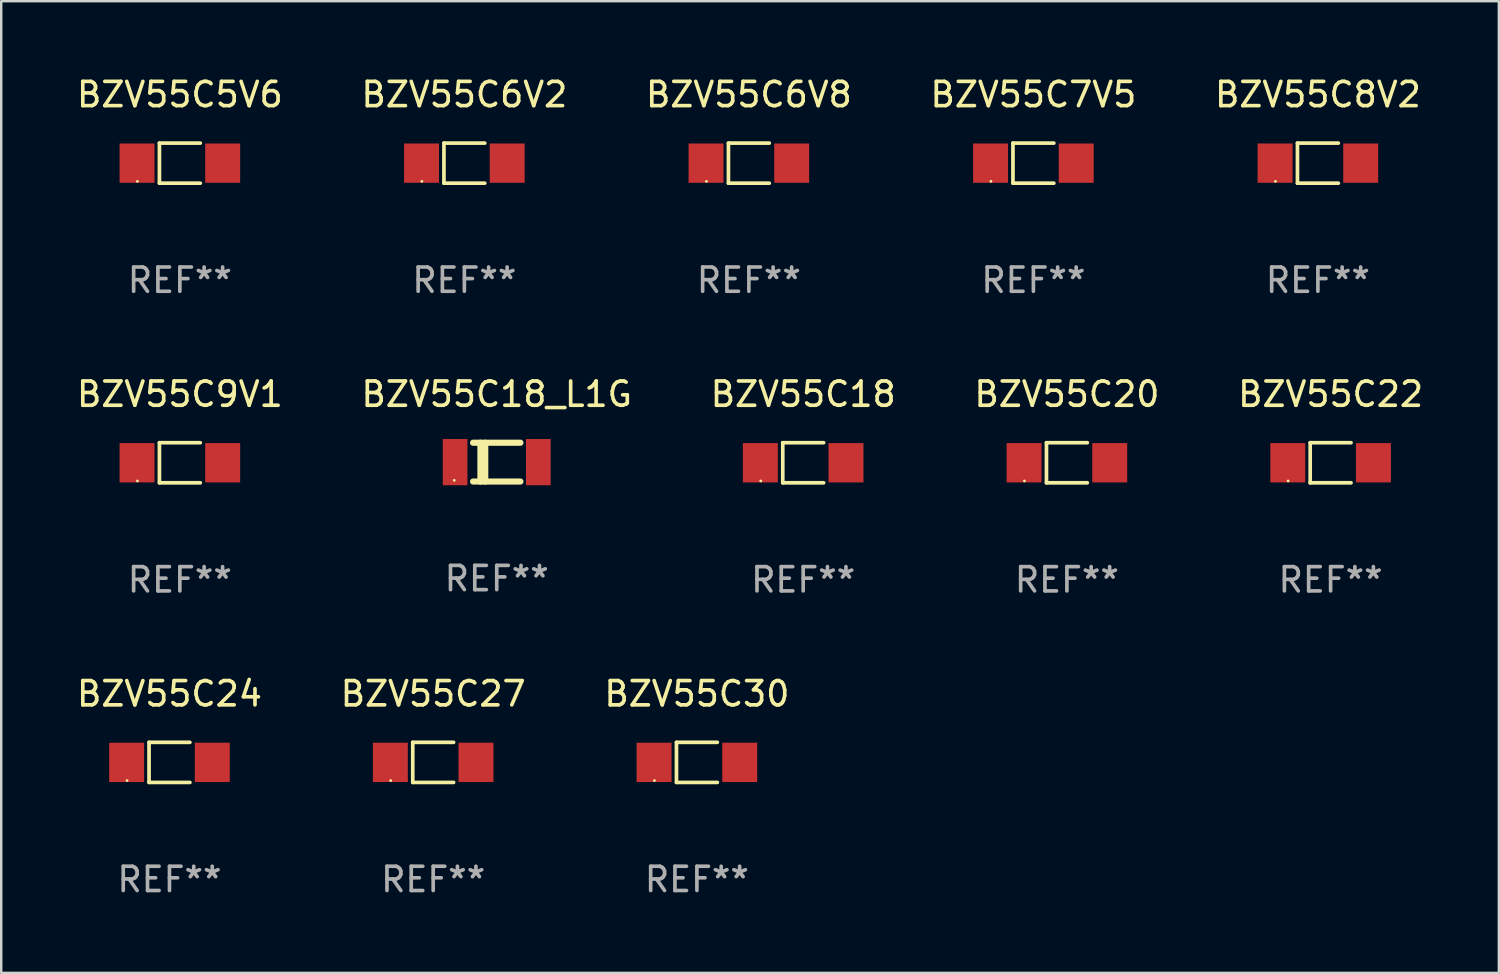
<source format=kicad_pcb>
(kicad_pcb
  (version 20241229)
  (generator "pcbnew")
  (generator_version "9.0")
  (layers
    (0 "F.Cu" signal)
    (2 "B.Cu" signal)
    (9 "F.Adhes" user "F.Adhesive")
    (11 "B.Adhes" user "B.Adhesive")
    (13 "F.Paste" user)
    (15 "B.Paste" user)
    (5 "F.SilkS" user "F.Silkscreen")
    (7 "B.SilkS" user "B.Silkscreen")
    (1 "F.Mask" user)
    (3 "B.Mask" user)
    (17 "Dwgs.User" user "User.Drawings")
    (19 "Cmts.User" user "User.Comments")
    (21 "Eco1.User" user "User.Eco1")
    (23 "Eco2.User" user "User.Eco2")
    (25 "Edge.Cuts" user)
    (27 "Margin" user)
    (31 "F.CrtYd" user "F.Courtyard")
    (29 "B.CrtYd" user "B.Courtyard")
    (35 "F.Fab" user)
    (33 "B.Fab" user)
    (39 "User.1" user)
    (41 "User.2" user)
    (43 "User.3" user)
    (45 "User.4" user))
  (footprint "BZV55C7V5"
    (layer "F.Cu")
    (at 39.542 3.674)
    (property "Reference" "BZV55C7V5" (at 0 -2.826 0) (layer "F.SilkS") (effects (font (size 1 1) (thickness 0.15))))
    (attr through_hole)
    (fp_line (start -0.842 -0.826) (end -0.842 0.826) (stroke (width 0.152) (type solid)) (layer "F.SilkS"))
    (fp_line (start -0.842 -0.826) (end 0.842 -0.826) (stroke (width 0.152) (type solid)) (layer "F.SilkS"))
    (fp_line (start -0.842 0.826) (end 0.842 0.826) (stroke (width 0.152) (type solid)) (layer "F.SilkS"))
    (fp_circle (center -1.75 0.75) (end -1.72 0.75) (stroke (width 0.06) (type solid)) (fill no) (layer "F.SilkS"))
    (fp_text user "REF**" (at 0 4.826 0) (layer "F.Fab") (effects (font (size 1 1) (thickness 0.15))))
    (pad "1" smd rect (at -1.765 0) (size 1.44 1.62) (layers "F.Cu" "F.Mask" "F.Paste"))
    (pad "2" smd rect (at 1.765 0) (size 1.44 1.62) (layers "F.Cu" "F.Mask" "F.Paste")))
  (footprint "BZV55C27"
    (layer "F.Cu")
    (at 14.804 28.372)
    (property "Reference" "BZV55C27" (at 0 -2.826 0) (layer "F.SilkS") (effects (font (size 1 1) (thickness 0.15))))
    (attr through_hole)
    (fp_line (start -0.842 -0.826) (end -0.842 0.826) (stroke (width 0.152) (type solid)) (layer "F.SilkS"))
    (fp_line (start -0.842 -0.826) (end 0.842 -0.826) (stroke (width 0.152) (type solid)) (layer "F.SilkS"))
    (fp_line (start -0.842 0.826) (end 0.842 0.826) (stroke (width 0.152) (type solid)) (layer "F.SilkS"))
    (fp_circle (center -1.75 0.75) (end -1.72 0.75) (stroke (width 0.06) (type solid)) (fill no) (layer "F.SilkS"))
    (fp_text user "REF**" (at 0 4.826 0) (layer "F.Fab") (effects (font (size 1 1) (thickness 0.15))))
    (pad "1" smd rect (at -1.765 0) (size 1.44 1.62) (layers "F.Cu" "F.Mask" "F.Paste"))
    (pad "2" smd rect (at 1.765 0) (size 1.44 1.62) (layers "F.Cu" "F.Mask" "F.Paste")))
  (footprint "BZV55C6V8"
    (layer "F.Cu")
    (at 27.815 3.674)
    (property "Reference" "BZV55C6V8" (at 0 -2.826 0) (layer "F.SilkS") (effects (font (size 1 1) (thickness 0.15))))
    (attr through_hole)
    (fp_line (start -0.842 -0.826) (end -0.842 0.826) (stroke (width 0.152) (type solid)) (layer "F.SilkS"))
    (fp_line (start -0.842 -0.826) (end 0.842 -0.826) (stroke (width 0.152) (type solid)) (layer "F.SilkS"))
    (fp_line (start -0.842 0.826) (end 0.842 0.826) (stroke (width 0.152) (type solid)) (layer "F.SilkS"))
    (fp_circle (center -1.75 0.75) (end -1.72 0.75) (stroke (width 0.06) (type solid)) (fill no) (layer "F.SilkS"))
    (fp_text user "REF**" (at 0 4.826 0) (layer "F.Fab") (effects (font (size 1 1) (thickness 0.15))))
    (pad "1" smd rect (at -1.765 0) (size 1.44 1.62) (layers "F.Cu" "F.Mask" "F.Paste"))
    (pad "2" smd rect (at 1.765 0) (size 1.44 1.62) (layers "F.Cu" "F.Mask" "F.Paste")))
  (footprint "BZV55C24"
    (layer "F.Cu")
    (at 3.935 28.372)
    (property "Reference" "BZV55C24" (at 0 -2.826 0) (layer "F.SilkS") (effects (font (size 1 1) (thickness 0.15))))
    (attr through_hole)
    (fp_line (start -0.842 -0.826) (end -0.842 0.826) (stroke (width 0.152) (type solid)) (layer "F.SilkS"))
    (fp_line (start -0.842 -0.826) (end 0.842 -0.826) (stroke (width 0.152) (type solid)) (layer "F.SilkS"))
    (fp_line (start -0.842 0.826) (end 0.842 0.826) (stroke (width 0.152) (type solid)) (layer "F.SilkS"))
    (fp_circle (center -1.75 0.75) (end -1.72 0.75) (stroke (width 0.06) (type solid)) (fill no) (layer "F.SilkS"))
    (fp_text user "REF**" (at 0 4.826 0) (layer "F.Fab") (effects (font (size 1 1) (thickness 0.15))))
    (pad "1" smd rect (at -1.765 0) (size 1.44 1.62) (layers "F.Cu" "F.Mask" "F.Paste"))
    (pad "2" smd rect (at 1.765 0) (size 1.44 1.62) (layers "F.Cu" "F.Mask" "F.Paste")))
  (footprint "BZV55C9V1"
    (layer "F.Cu")
    (at 4.363 16.023)
    (property "Reference" "BZV55C9V1" (at 0 -2.826 0) (layer "F.SilkS") (effects (font (size 1 1) (thickness 0.15))))
    (attr through_hole)
    (fp_line (start -0.842 -0.826) (end -0.842 0.826) (stroke (width 0.152) (type solid)) (layer "F.SilkS"))
    (fp_line (start -0.842 -0.826) (end 0.842 -0.826) (stroke (width 0.152) (type solid)) (layer "F.SilkS"))
    (fp_line (start -0.842 0.826) (end 0.842 0.826) (stroke (width 0.152) (type solid)) (layer "F.SilkS"))
    (fp_circle (center -1.75 0.75) (end -1.72 0.75) (stroke (width 0.06) (type solid)) (fill no) (layer "F.SilkS"))
    (fp_text user "REF**" (at 0 4.826 0) (layer "F.Fab") (effects (font (size 1 1) (thickness 0.15))))
    (pad "1" smd rect (at -1.765 0) (size 1.44 1.62) (layers "F.Cu" "F.Mask" "F.Paste"))
    (pad "2" smd rect (at 1.765 0) (size 1.44 1.62) (layers "F.Cu" "F.Mask" "F.Paste")))
  (footprint "BZV55C6V2"
    (layer "F.Cu")
    (at 16.089 3.674)
    (property "Reference" "BZV55C6V2" (at 0 -2.826 0) (layer "F.SilkS") (effects (font (size 1 1) (thickness 0.15))))
    (attr through_hole)
    (fp_line (start -0.842 -0.826) (end -0.842 0.826) (stroke (width 0.152) (type solid)) (layer "F.SilkS"))
    (fp_line (start -0.842 -0.826) (end 0.842 -0.826) (stroke (width 0.152) (type solid)) (layer "F.SilkS"))
    (fp_line (start -0.842 0.826) (end 0.842 0.826) (stroke (width 0.152) (type solid)) (layer "F.SilkS"))
    (fp_circle (center -1.75 0.75) (end -1.72 0.75) (stroke (width 0.06) (type solid)) (fill no) (layer "F.SilkS"))
    (fp_text user "REF**" (at 0 4.826 0) (layer "F.Fab") (effects (font (size 1 1) (thickness 0.15))))
    (pad "1" smd rect (at -1.765 0) (size 1.44 1.62) (layers "F.Cu" "F.Mask" "F.Paste"))
    (pad "2" smd rect (at 1.765 0) (size 1.44 1.62) (layers "F.Cu" "F.Mask" "F.Paste")))
  (footprint "BZV55C20"
    (layer "F.Cu")
    (at 40.923 16.023)
    (property "Reference" "BZV55C20" (at 0 -2.826 0) (layer "F.SilkS") (effects (font (size 1 1) (thickness 0.15))))
    (attr through_hole)
    (fp_line (start -0.842 -0.826) (end -0.842 0.826) (stroke (width 0.152) (type solid)) (layer "F.SilkS"))
    (fp_line (start -0.842 -0.826) (end 0.842 -0.826) (stroke (width 0.152) (type solid)) (layer "F.SilkS"))
    (fp_line (start -0.842 0.826) (end 0.842 0.826) (stroke (width 0.152) (type solid)) (layer "F.SilkS"))
    (fp_circle (center -1.75 0.75) (end -1.72 0.75) (stroke (width 0.06) (type solid)) (fill no) (layer "F.SilkS"))
    (fp_text user "REF**" (at 0 4.826 0) (layer "F.Fab") (effects (font (size 1 1) (thickness 0.15))))
    (pad "1" smd rect (at -1.765 0) (size 1.44 1.62) (layers "F.Cu" "F.Mask" "F.Paste"))
    (pad "2" smd rect (at 1.765 0) (size 1.44 1.62) (layers "F.Cu" "F.Mask" "F.Paste")))
  (footprint "BZV55C30"
    (layer "F.Cu")
    (at 25.673 28.372)
    (property "Reference" "BZV55C30" (at 0 -2.826 0) (layer "F.SilkS") (effects (font (size 1 1) (thickness 0.15))))
    (attr through_hole)
    (fp_line (start -0.842 -0.826) (end -0.842 0.826) (stroke (width 0.152) (type solid)) (layer "F.SilkS"))
    (fp_line (start -0.842 -0.826) (end 0.842 -0.826) (stroke (width 0.152) (type solid)) (layer "F.SilkS"))
    (fp_line (start -0.842 0.826) (end 0.842 0.826) (stroke (width 0.152) (type solid)) (layer "F.SilkS"))
    (fp_circle (center -1.75 0.75) (end -1.72 0.75) (stroke (width 0.06) (type solid)) (fill no) (layer "F.SilkS"))
    (fp_text user "REF**" (at 0 4.826 0) (layer "F.Fab") (effects (font (size 1 1) (thickness 0.15))))
    (pad "1" smd rect (at -1.765 0) (size 1.44 1.62) (layers "F.Cu" "F.Mask" "F.Paste"))
    (pad "2" smd rect (at 1.765 0) (size 1.44 1.62) (layers "F.Cu" "F.Mask" "F.Paste")))
  (footprint "BZV55C5V6"
    (layer "F.Cu")
    (at 4.363 3.674)
    (property "Reference" "BZV55C5V6" (at 0 -2.826 0) (layer "F.SilkS") (effects (font (size 1 1) (thickness 0.15))))
    (attr through_hole)
    (fp_line (start -0.842 -0.826) (end -0.842 0.826) (stroke (width 0.152) (type solid)) (layer "F.SilkS"))
    (fp_line (start -0.842 -0.826) (end 0.842 -0.826) (stroke (width 0.152) (type solid)) (layer "F.SilkS"))
    (fp_line (start -0.842 0.826) (end 0.842 0.826) (stroke (width 0.152) (type solid)) (layer "F.SilkS"))
    (fp_circle (center -1.75 0.75) (end -1.72 0.75) (stroke (width 0.06) (type solid)) (fill no) (layer "F.SilkS"))
    (fp_text user "REF**" (at 0 4.826 0) (layer "F.Fab") (effects (font (size 1 1) (thickness 0.15))))
    (pad "1" smd rect (at -1.765 0) (size 1.44 1.62) (layers "F.Cu" "F.Mask" "F.Paste"))
    (pad "2" smd rect (at 1.765 0) (size 1.44 1.62) (layers "F.Cu" "F.Mask" "F.Paste")))
  (footprint "BZV55C8V2"
    (layer "F.Cu")
    (at 51.268 3.674)
    (property "Reference" "BZV55C8V2" (at 0 -2.826 0) (layer "F.SilkS") (effects (font (size 1 1) (thickness 0.15))))
    (attr through_hole)
    (fp_line (start -0.842 -0.826) (end -0.842 0.826) (stroke (width 0.152) (type solid)) (layer "F.SilkS"))
    (fp_line (start -0.842 -0.826) (end 0.842 -0.826) (stroke (width 0.152) (type solid)) (layer "F.SilkS"))
    (fp_line (start -0.842 0.826) (end 0.842 0.826) (stroke (width 0.152) (type solid)) (layer "F.SilkS"))
    (fp_circle (center -1.75 0.75) (end -1.72 0.75) (stroke (width 0.06) (type solid)) (fill no) (layer "F.SilkS"))
    (fp_text user "REF**" (at 0 4.826 0) (layer "F.Fab") (effects (font (size 1 1) (thickness 0.15))))
    (pad "1" smd rect (at -1.765 0) (size 1.44 1.62) (layers "F.Cu" "F.Mask" "F.Paste"))
    (pad "2" smd rect (at 1.765 0) (size 1.44 1.62) (layers "F.Cu" "F.Mask" "F.Paste")))
  (footprint "BZV55C18"
    (layer "F.Cu")
    (at 30.054 16.023)
    (property "Reference" "BZV55C18" (at 0 -2.826 0) (layer "F.SilkS") (effects (font (size 1 1) (thickness 0.15))))
    (attr through_hole)
    (fp_line (start -0.842 -0.826) (end -0.842 0.826) (stroke (width 0.152) (type solid)) (layer "F.SilkS"))
    (fp_line (start -0.842 -0.826) (end 0.842 -0.826) (stroke (width 0.152) (type solid)) (layer "F.SilkS"))
    (fp_line (start -0.842 0.826) (end 0.842 0.826) (stroke (width 0.152) (type solid)) (layer "F.SilkS"))
    (fp_circle (center -1.75 0.75) (end -1.72 0.75) (stroke (width 0.06) (type solid)) (fill no) (layer "F.SilkS"))
    (fp_text user "REF**" (at 0 4.826 0) (layer "F.Fab") (effects (font (size 1 1) (thickness 0.15))))
    (pad "1" smd rect (at -1.765 0) (size 1.44 1.62) (layers "F.Cu" "F.Mask" "F.Paste"))
    (pad "2" smd rect (at 1.765 0) (size 1.44 1.62) (layers "F.Cu" "F.Mask" "F.Paste")))
  (footprint "BZV55C18_L1G"
    (layer "F.Cu")
    (at 17.423 15.997)
    (property "Reference" "BZV55C18_L1G" (at 0 -2.8 0) (layer "F.SilkS") (effects (font (size 1 1) (thickness 0.15))))
    (attr through_hole)
    (fp_line (start -0.975 -0.8) (end 0.975 -0.8) (stroke (width 0.254) (type solid)) (layer "F.SilkS"))
    (fp_line (start -0.975 0.8) (end 0.975 0.8) (stroke (width 0.254) (type solid)) (layer "F.SilkS"))
    (fp_line (start -0.671 -0.8) (end -0.671 0.8) (stroke (width 0.254) (type solid)) (layer "F.SilkS"))
    (fp_line (start -0.474 -0.8) (end -0.474 0.8) (stroke (width 0.254) (type solid)) (layer "F.SilkS"))
    (fp_circle (center -1.75 0.75) (end -1.72 0.75) (stroke (width 0.06) (type solid)) (fill no) (layer "F.SilkS"))
    (fp_text user "REF**" (at 0 4.8 0) (layer "F.Fab") (effects (font (size 1 1) (thickness 0.15))))
    (pad "1" smd rect (at -1.715 0 180) (size 1.016 1.905) (layers "F.Cu" "F.Mask" "F.Paste"))
    (pad "2" smd rect (at 1.715 0 180) (size 1.016 1.905) (layers "F.Cu" "F.Mask" "F.Paste")))
  (footprint "BZV55C22"
    (layer "F.Cu")
    (at 51.792 16.023)
    (property "Reference" "BZV55C22" (at 0 -2.826 0) (layer "F.SilkS") (effects (font (size 1 1) (thickness 0.15))))
    (attr through_hole)
    (fp_line (start -0.842 -0.826) (end -0.842 0.826) (stroke (width 0.152) (type solid)) (layer "F.SilkS"))
    (fp_line (start -0.842 -0.826) (end 0.842 -0.826) (stroke (width 0.152) (type solid)) (layer "F.SilkS"))
    (fp_line (start -0.842 0.826) (end 0.842 0.826) (stroke (width 0.152) (type solid)) (layer "F.SilkS"))
    (fp_circle (center -1.75 0.75) (end -1.72 0.75) (stroke (width 0.06) (type solid)) (fill no) (layer "F.SilkS"))
    (fp_text user "REF**" (at 0 4.826 0) (layer "F.Fab") (effects (font (size 1 1) (thickness 0.15))))
    (pad "1" smd rect (at -1.765 0) (size 1.44 1.62) (layers "F.Cu" "F.Mask" "F.Paste"))
    (pad "2" smd rect (at 1.765 0) (size 1.44 1.62) (layers "F.Cu" "F.Mask" "F.Paste")))
  (gr_rect
    (start -3 -3)
    (end 58.726 37.047)
    (stroke (width 0.1) (type default))
    (fill no)
    (layer "Edge.Cuts")))
</source>
